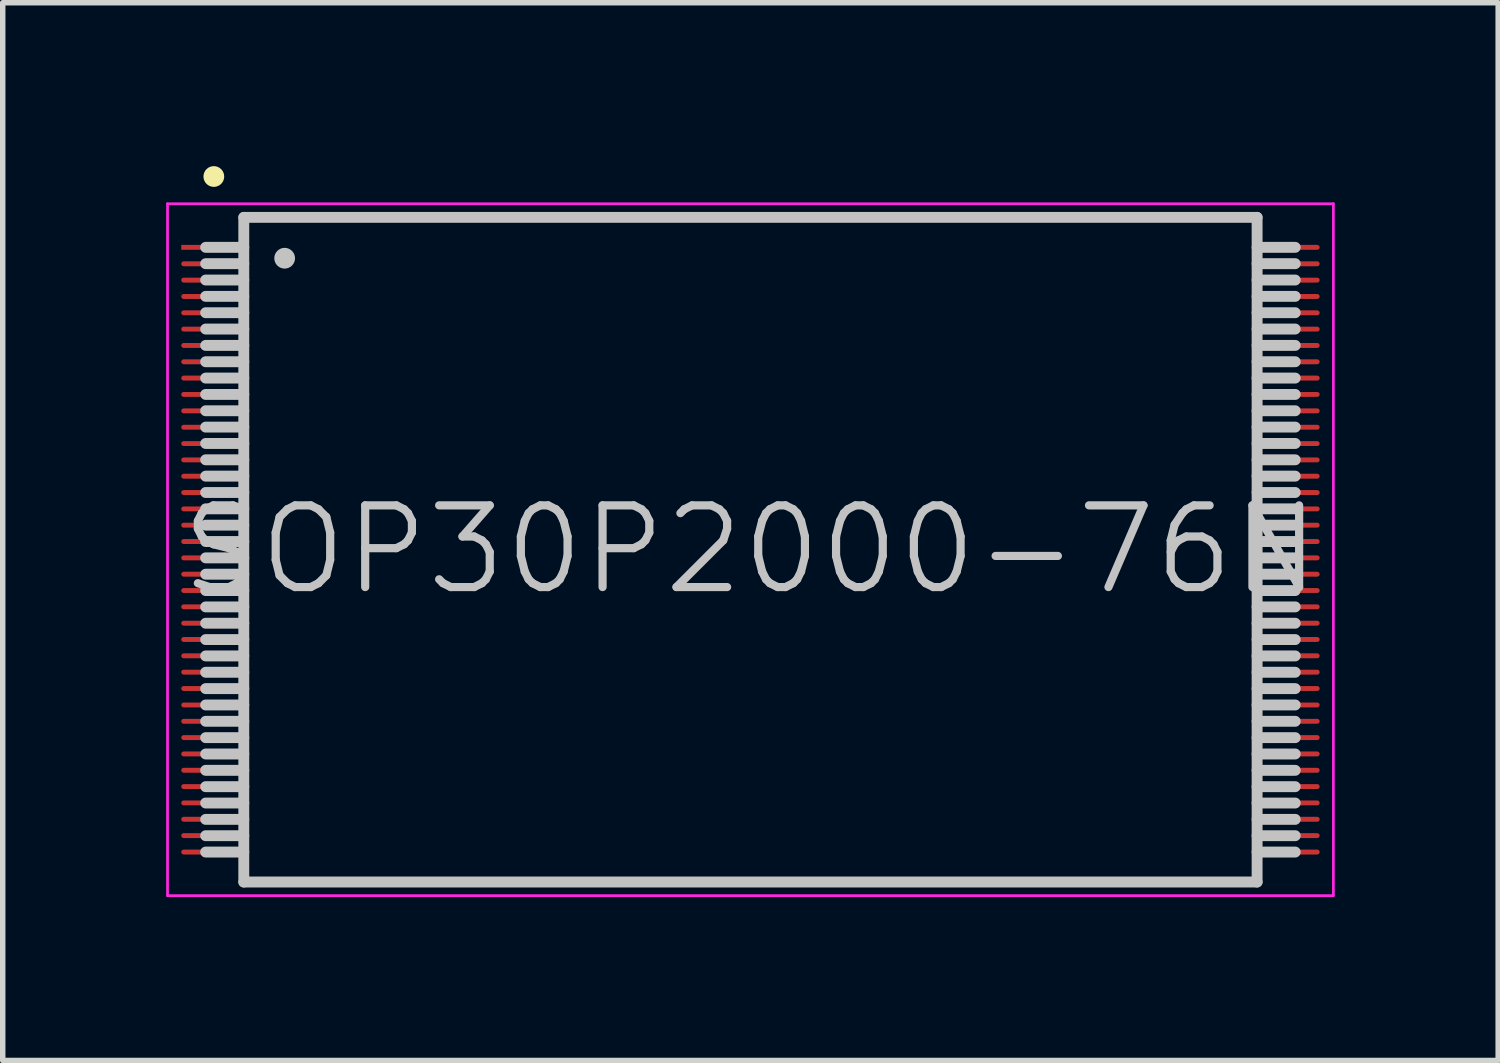
<source format=kicad_pcb>
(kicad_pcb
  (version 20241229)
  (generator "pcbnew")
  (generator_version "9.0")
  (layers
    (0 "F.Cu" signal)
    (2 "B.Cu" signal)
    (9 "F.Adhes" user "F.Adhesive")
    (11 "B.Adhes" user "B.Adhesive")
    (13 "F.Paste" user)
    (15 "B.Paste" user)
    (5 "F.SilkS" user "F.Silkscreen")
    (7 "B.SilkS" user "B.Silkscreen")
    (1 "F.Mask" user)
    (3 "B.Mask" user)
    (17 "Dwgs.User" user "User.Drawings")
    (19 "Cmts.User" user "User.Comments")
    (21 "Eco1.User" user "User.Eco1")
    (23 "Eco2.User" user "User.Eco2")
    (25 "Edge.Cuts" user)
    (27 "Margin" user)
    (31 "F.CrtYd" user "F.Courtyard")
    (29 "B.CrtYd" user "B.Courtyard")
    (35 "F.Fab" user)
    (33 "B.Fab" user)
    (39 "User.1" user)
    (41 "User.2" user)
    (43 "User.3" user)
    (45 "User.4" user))
  (footprint "SOP30P2000-76N"
    (layer "F.Cu")
    (at 10.725 7.04)
    (property "Reference" "SOP30P2000-76N" (at 0 0 0) (layer "Dwgs.User") (effects (font (size 1.5 1.5) (thickness 0.15))))
    (attr smd)
    (fp_line (start -9.85 -6.85) (end -9.85 -6.85) (stroke (width 0.381) (type solid)) (layer "F.SilkS"))
    (fp_line (start -9.3 -6.1) (end -9.3 6.1) (stroke (width 0.2) (type solid)) (layer "Dwgs.User"))
    (fp_line (start -9.3 -6.1) (end 9.3 -6.1) (stroke (width 0.2) (type solid)) (layer "Dwgs.User"))
    (fp_line (start -9.3 -5.55) (end -10 -5.55) (stroke (width 0.2) (type solid)) (layer "Dwgs.User"))
    (fp_line (start -9.3 -5.25) (end -10 -5.25) (stroke (width 0.2) (type solid)) (layer "Dwgs.User"))
    (fp_line (start -9.3 -4.95) (end -10 -4.95) (stroke (width 0.2) (type solid)) (layer "Dwgs.User"))
    (fp_line (start -9.3 -4.65) (end -10 -4.65) (stroke (width 0.2) (type solid)) (layer "Dwgs.User"))
    (fp_line (start -9.3 -4.35) (end -10 -4.35) (stroke (width 0.2) (type solid)) (layer "Dwgs.User"))
    (fp_line (start -9.3 -4.05) (end -10 -4.05) (stroke (width 0.2) (type solid)) (layer "Dwgs.User"))
    (fp_line (start -9.3 -3.75) (end -10 -3.75) (stroke (width 0.2) (type solid)) (layer "Dwgs.User"))
    (fp_line (start -9.3 -3.45) (end -10 -3.45) (stroke (width 0.2) (type solid)) (layer "Dwgs.User"))
    (fp_line (start -9.3 -3.15) (end -10 -3.15) (stroke (width 0.2) (type solid)) (layer "Dwgs.User"))
    (fp_line (start -9.3 -2.85) (end -10 -2.85) (stroke (width 0.2) (type solid)) (layer "Dwgs.User"))
    (fp_line (start -9.3 -2.55) (end -10 -2.55) (stroke (width 0.2) (type solid)) (layer "Dwgs.User"))
    (fp_line (start -9.3 -2.25) (end -10 -2.25) (stroke (width 0.2) (type solid)) (layer "Dwgs.User"))
    (fp_line (start -9.3 -1.95) (end -10 -1.95) (stroke (width 0.2) (type solid)) (layer "Dwgs.User"))
    (fp_line (start -9.3 -1.65) (end -10 -1.65) (stroke (width 0.2) (type solid)) (layer "Dwgs.User"))
    (fp_line (start -9.3 -1.35) (end -10 -1.35) (stroke (width 0.2) (type solid)) (layer "Dwgs.User"))
    (fp_line (start -9.3 -1.05) (end -10 -1.05) (stroke (width 0.2) (type solid)) (layer "Dwgs.User"))
    (fp_line (start -9.3 -0.75) (end -10 -0.75) (stroke (width 0.2) (type solid)) (layer "Dwgs.User"))
    (fp_line (start -9.3 -0.45) (end -10 -0.45) (stroke (width 0.2) (type solid)) (layer "Dwgs.User"))
    (fp_line (start -9.3 -0.15) (end -10 -0.15) (stroke (width 0.2) (type solid)) (layer "Dwgs.User"))
    (fp_line (start -9.3 0.15) (end -10 0.15) (stroke (width 0.2) (type solid)) (layer "Dwgs.User"))
    (fp_line (start -9.3 0.45) (end -10 0.45) (stroke (width 0.2) (type solid)) (layer "Dwgs.User"))
    (fp_line (start -9.3 0.75) (end -10 0.75) (stroke (width 0.2) (type solid)) (layer "Dwgs.User"))
    (fp_line (start -9.3 1.05) (end -10 1.05) (stroke (width 0.2) (type solid)) (layer "Dwgs.User"))
    (fp_line (start -9.3 1.35) (end -10 1.35) (stroke (width 0.2) (type solid)) (layer "Dwgs.User"))
    (fp_line (start -9.3 1.65) (end -10 1.65) (stroke (width 0.2) (type solid)) (layer "Dwgs.User"))
    (fp_line (start -9.3 1.95) (end -10 1.95) (stroke (width 0.2) (type solid)) (layer "Dwgs.User"))
    (fp_line (start -9.3 2.25) (end -10 2.25) (stroke (width 0.2) (type solid)) (layer "Dwgs.User"))
    (fp_line (start -9.3 2.55) (end -10 2.55) (stroke (width 0.2) (type solid)) (layer "Dwgs.User"))
    (fp_line (start -9.3 2.85) (end -10 2.85) (stroke (width 0.2) (type solid)) (layer "Dwgs.User"))
    (fp_line (start -9.3 3.15) (end -10 3.15) (stroke (width 0.2) (type solid)) (layer "Dwgs.User"))
    (fp_line (start -9.3 3.45) (end -10 3.45) (stroke (width 0.2) (type solid)) (layer "Dwgs.User"))
    (fp_line (start -9.3 3.75) (end -10 3.75) (stroke (width 0.2) (type solid)) (layer "Dwgs.User"))
    (fp_line (start -9.3 4.05) (end -10 4.05) (stroke (width 0.2) (type solid)) (layer "Dwgs.User"))
    (fp_line (start -9.3 4.35) (end -10 4.35) (stroke (width 0.2) (type solid)) (layer "Dwgs.User"))
    (fp_line (start -9.3 4.65) (end -10 4.65) (stroke (width 0.2) (type solid)) (layer "Dwgs.User"))
    (fp_line (start -9.3 4.95) (end -10 4.95) (stroke (width 0.2) (type solid)) (layer "Dwgs.User"))
    (fp_line (start -9.3 5.25) (end -10 5.25) (stroke (width 0.2) (type solid)) (layer "Dwgs.User"))
    (fp_line (start -9.3 5.55) (end -10 5.55) (stroke (width 0.2) (type solid)) (layer "Dwgs.User"))
    (fp_line (start -9.3 6.1) (end 9.3 6.1) (stroke (width 0.2) (type solid)) (layer "Dwgs.User"))
    (fp_line (start -8.55 -5.35) (end -8.55 -5.35) (stroke (width 0.381) (type solid)) (layer "Dwgs.User"))
    (fp_line (start 9.3 -6.1) (end 9.3 6.1) (stroke (width 0.2) (type solid)) (layer "Dwgs.User"))
    (fp_line (start 10 -5.55) (end 9.3 -5.55) (stroke (width 0.2) (type solid)) (layer "Dwgs.User"))
    (fp_line (start 10 -5.25) (end 9.3 -5.25) (stroke (width 0.2) (type solid)) (layer "Dwgs.User"))
    (fp_line (start 10 -4.95) (end 9.3 -4.95) (stroke (width 0.2) (type solid)) (layer "Dwgs.User"))
    (fp_line (start 10 -4.65) (end 9.3 -4.65) (stroke (width 0.2) (type solid)) (layer "Dwgs.User"))
    (fp_line (start 10 -4.35) (end 9.3 -4.35) (stroke (width 0.2) (type solid)) (layer "Dwgs.User"))
    (fp_line (start 10 -4.05) (end 9.3 -4.05) (stroke (width 0.2) (type solid)) (layer "Dwgs.User"))
    (fp_line (start 10 -3.75) (end 9.3 -3.75) (stroke (width 0.2) (type solid)) (layer "Dwgs.User"))
    (fp_line (start 10 -3.45) (end 9.3 -3.45) (stroke (width 0.2) (type solid)) (layer "Dwgs.User"))
    (fp_line (start 10 -3.15) (end 9.3 -3.15) (stroke (width 0.2) (type solid)) (layer "Dwgs.User"))
    (fp_line (start 10 -2.85) (end 9.3 -2.85) (stroke (width 0.2) (type solid)) (layer "Dwgs.User"))
    (fp_line (start 10 -2.55) (end 9.3 -2.55) (stroke (width 0.2) (type solid)) (layer "Dwgs.User"))
    (fp_line (start 10 -2.25) (end 9.3 -2.25) (stroke (width 0.2) (type solid)) (layer "Dwgs.User"))
    (fp_line (start 10 -1.95) (end 9.3 -1.95) (stroke (width 0.2) (type solid)) (layer "Dwgs.User"))
    (fp_line (start 10 -1.65) (end 9.3 -1.65) (stroke (width 0.2) (type solid)) (layer "Dwgs.User"))
    (fp_line (start 10 -1.35) (end 9.3 -1.35) (stroke (width 0.2) (type solid)) (layer "Dwgs.User"))
    (fp_line (start 10 -1.05) (end 9.3 -1.05) (stroke (width 0.2) (type solid)) (layer "Dwgs.User"))
    (fp_line (start 10 -0.75) (end 9.3 -0.75) (stroke (width 0.2) (type solid)) (layer "Dwgs.User"))
    (fp_line (start 10 -0.45) (end 9.3 -0.45) (stroke (width 0.2) (type solid)) (layer "Dwgs.User"))
    (fp_line (start 10 -0.15) (end 9.3 -0.15) (stroke (width 0.2) (type solid)) (layer "Dwgs.User"))
    (fp_line (start 10 0.15) (end 9.3 0.15) (stroke (width 0.2) (type solid)) (layer "Dwgs.User"))
    (fp_line (start 10 0.45) (end 9.3 0.45) (stroke (width 0.2) (type solid)) (layer "Dwgs.User"))
    (fp_line (start 10 0.75) (end 9.3 0.75) (stroke (width 0.2) (type solid)) (layer "Dwgs.User"))
    (fp_line (start 10 1.05) (end 9.3 1.05) (stroke (width 0.2) (type solid)) (layer "Dwgs.User"))
    (fp_line (start 10 1.35) (end 9.3 1.35) (stroke (width 0.2) (type solid)) (layer "Dwgs.User"))
    (fp_line (start 10 1.65) (end 9.3 1.65) (stroke (width 0.2) (type solid)) (layer "Dwgs.User"))
    (fp_line (start 10 1.95) (end 9.3 1.95) (stroke (width 0.2) (type solid)) (layer "Dwgs.User"))
    (fp_line (start 10 2.25) (end 9.3 2.25) (stroke (width 0.2) (type solid)) (layer "Dwgs.User"))
    (fp_line (start 10 2.55) (end 9.3 2.55) (stroke (width 0.2) (type solid)) (layer "Dwgs.User"))
    (fp_line (start 10 2.85) (end 9.3 2.85) (stroke (width 0.2) (type solid)) (layer "Dwgs.User"))
    (fp_line (start 10 3.15) (end 9.3 3.15) (stroke (width 0.2) (type solid)) (layer "Dwgs.User"))
    (fp_line (start 10 3.45) (end 9.3 3.45) (stroke (width 0.2) (type solid)) (layer "Dwgs.User"))
    (fp_line (start 10 3.75) (end 9.3 3.75) (stroke (width 0.2) (type solid)) (layer "Dwgs.User"))
    (fp_line (start 10 4.05) (end 9.3 4.05) (stroke (width 0.2) (type solid)) (layer "Dwgs.User"))
    (fp_line (start 10 4.35) (end 9.3 4.35) (stroke (width 0.2) (type solid)) (layer "Dwgs.User"))
    (fp_line (start 10 4.65) (end 9.3 4.65) (stroke (width 0.2) (type solid)) (layer "Dwgs.User"))
    (fp_line (start 10 4.95) (end 9.3 4.95) (stroke (width 0.2) (type solid)) (layer "Dwgs.User"))
    (fp_line (start 10 5.25) (end 9.3 5.25) (stroke (width 0.2) (type solid)) (layer "Dwgs.User"))
    (fp_line (start 10 5.55) (end 9.3 5.55) (stroke (width 0.2) (type solid)) (layer "Dwgs.User"))
    (fp_line (start -10.7 -6.35) (end -10.7 6.35) (stroke (width 0.05) (type solid)) (layer "F.CrtYd"))
    (fp_line (start -10.7 -6.35) (end 10.7 -6.35) (stroke (width 0.05) (type solid)) (layer "F.CrtYd"))
    (fp_line (start -10.7 6.35) (end 10.7 6.35) (stroke (width 0.05) (type solid)) (layer "F.CrtYd"))
    (fp_line (start 10.7 -6.35) (end 10.7 6.35) (stroke (width 0.05) (type solid)) (layer "F.CrtYd"))
    (pad "1" smd rect (at -9.848 -5.55 90) (size 0.09 1.2) (layers "F.Cu" "F.Mask" "F.Paste"))
    (pad "2" smd oval (at -9.848 -5.248 90) (size 0.09 1.2) (layers "F.Cu" "F.Mask" "F.Paste"))
    (pad "3" smd oval (at -9.848 -4.948 90) (size 0.09 1.2) (layers "F.Cu" "F.Mask" "F.Paste"))
    (pad "4" smd oval (at -9.848 -4.648 90) (size 0.09 1.2) (layers "F.Cu" "F.Mask" "F.Paste"))
    (pad "5" smd oval (at -9.848 -4.348 90) (size 0.09 1.2) (layers "F.Cu" "F.Mask" "F.Paste"))
    (pad "6" smd oval (at -9.848 -4.049 90) (size 0.09 1.2) (layers "F.Cu" "F.Mask" "F.Paste"))
    (pad "7" smd oval (at -9.848 -3.749 90) (size 0.09 1.2) (layers "F.Cu" "F.Mask" "F.Paste"))
    (pad "8" smd oval (at -9.848 -3.449 90) (size 0.09 1.2) (layers "F.Cu" "F.Mask" "F.Paste"))
    (pad "9" smd oval (at -9.848 -3.15 90) (size 0.09 1.2) (layers "F.Cu" "F.Mask" "F.Paste"))
    (pad "10" smd oval (at -9.848 -2.85 90) (size 0.09 1.2) (layers "F.Cu" "F.Mask" "F.Paste"))
    (pad "11" smd oval (at -9.848 -2.548 90) (size 0.09 1.2) (layers "F.Cu" "F.Mask" "F.Paste"))
    (pad "12" smd oval (at -9.848 -2.248 90) (size 0.09 1.2) (layers "F.Cu" "F.Mask" "F.Paste"))
    (pad "13" smd oval (at -9.848 -1.948 90) (size 0.09 1.2) (layers "F.Cu" "F.Mask" "F.Paste"))
    (pad "14" smd oval (at -9.848 -1.648 90) (size 0.09 1.2) (layers "F.Cu" "F.Mask" "F.Paste"))
    (pad "15" smd oval (at -9.848 -1.349 90) (size 0.09 1.2) (layers "F.Cu" "F.Mask" "F.Paste"))
    (pad "16" smd oval (at -9.848 -1.049 90) (size 0.09 1.2) (layers "F.Cu" "F.Mask" "F.Paste"))
    (pad "17" smd oval (at -9.848 -0.749 90) (size 0.09 1.2) (layers "F.Cu" "F.Mask" "F.Paste"))
    (pad "18" smd oval (at -9.848 -0.45 90) (size 0.09 1.2) (layers "F.Cu" "F.Mask" "F.Paste"))
    (pad "19" smd oval (at -9.848 -0.15 90) (size 0.09 1.2) (layers "F.Cu" "F.Mask" "F.Paste"))
    (pad "20" smd oval (at -9.848 0.15 90) (size 0.09 1.2) (layers "F.Cu" "F.Mask" "F.Paste"))
    (pad "21" smd oval (at -9.848 0.45 90) (size 0.09 1.2) (layers "F.Cu" "F.Mask" "F.Paste"))
    (pad "22" smd oval (at -9.848 0.749 90) (size 0.09 1.2) (layers "F.Cu" "F.Mask" "F.Paste"))
    (pad "23" smd oval (at -9.848 1.049 90) (size 0.09 1.2) (layers "F.Cu" "F.Mask" "F.Paste"))
    (pad "24" smd oval (at -9.848 1.349 90) (size 0.09 1.2) (layers "F.Cu" "F.Mask" "F.Paste"))
    (pad "25" smd oval (at -9.848 1.648 90) (size 0.09 1.2) (layers "F.Cu" "F.Mask" "F.Paste"))
    (pad "26" smd oval (at -9.848 1.948 90) (size 0.09 1.2) (layers "F.Cu" "F.Mask" "F.Paste"))
    (pad "27" smd oval (at -9.848 2.248 90) (size 0.09 1.2) (layers "F.Cu" "F.Mask" "F.Paste"))
    (pad "28" smd oval (at -9.848 2.548 90) (size 0.09 1.2) (layers "F.Cu" "F.Mask" "F.Paste"))
    (pad "29" smd oval (at -9.848 2.85 90) (size 0.09 1.2) (layers "F.Cu" "F.Mask" "F.Paste"))
    (pad "30" smd oval (at -9.848 3.15 90) (size 0.09 1.2) (layers "F.Cu" "F.Mask" "F.Paste"))
    (pad "31" smd oval (at -9.848 3.449 90) (size 0.09 1.2) (layers "F.Cu" "F.Mask" "F.Paste"))
    (pad "32" smd oval (at -9.848 3.749 90) (size 0.09 1.2) (layers "F.Cu" "F.Mask" "F.Paste"))
    (pad "33" smd oval (at -9.848 4.049 90) (size 0.09 1.2) (layers "F.Cu" "F.Mask" "F.Paste"))
    (pad "34" smd oval (at -9.848 4.348 90) (size 0.09 1.2) (layers "F.Cu" "F.Mask" "F.Paste"))
    (pad "35" smd oval (at -9.848 4.648 90) (size 0.09 1.2) (layers "F.Cu" "F.Mask" "F.Paste"))
    (pad "36" smd oval (at -9.848 4.948 90) (size 0.09 1.2) (layers "F.Cu" "F.Mask" "F.Paste"))
    (pad "37" smd oval (at -9.848 5.248 90) (size 0.09 1.2) (layers "F.Cu" "F.Mask" "F.Paste"))
    (pad "38" smd oval (at -9.848 5.55 90) (size 0.09 1.2) (layers "F.Cu" "F.Mask" "F.Paste"))
    (pad "39" smd oval (at 9.848 5.55 270) (size 0.09 1.2) (layers "F.Cu" "F.Mask" "F.Paste"))
    (pad "40" smd oval (at 9.848 5.248 270) (size 0.09 1.2) (layers "F.Cu" "F.Mask" "F.Paste"))
    (pad "41" smd oval (at 9.848 4.948 270) (size 0.09 1.2) (layers "F.Cu" "F.Mask" "F.Paste"))
    (pad "42" smd oval (at 9.848 4.648 270) (size 0.09 1.2) (layers "F.Cu" "F.Mask" "F.Paste"))
    (pad "43" smd oval (at 9.848 4.348 270) (size 0.09 1.2) (layers "F.Cu" "F.Mask" "F.Paste"))
    (pad "44" smd oval (at 9.848 4.049 270) (size 0.09 1.2) (layers "F.Cu" "F.Mask" "F.Paste"))
    (pad "45" smd oval (at 9.848 3.749 270) (size 0.09 1.2) (layers "F.Cu" "F.Mask" "F.Paste"))
    (pad "46" smd oval (at 9.848 3.449 270) (size 0.09 1.2) (layers "F.Cu" "F.Mask" "F.Paste"))
    (pad "47" smd oval (at 9.848 3.15 270) (size 0.09 1.2) (layers "F.Cu" "F.Mask" "F.Paste"))
    (pad "48" smd oval (at 9.848 2.85 270) (size 0.09 1.2) (layers "F.Cu" "F.Mask" "F.Paste"))
    (pad "49" smd oval (at 9.848 2.548 270) (size 0.09 1.2) (layers "F.Cu" "F.Mask" "F.Paste"))
    (pad "50" smd oval (at 9.848 2.248 270) (size 0.09 1.2) (layers "F.Cu" "F.Mask" "F.Paste"))
    (pad "51" smd oval (at 9.848 1.948 270) (size 0.09 1.2) (layers "F.Cu" "F.Mask" "F.Paste"))
    (pad "52" smd oval (at 9.848 1.648 270) (size 0.09 1.2) (layers "F.Cu" "F.Mask" "F.Paste"))
    (pad "53" smd oval (at 9.848 1.349 270) (size 0.09 1.2) (layers "F.Cu" "F.Mask" "F.Paste"))
    (pad "54" smd oval (at 9.848 1.049 270) (size 0.09 1.2) (layers "F.Cu" "F.Mask" "F.Paste"))
    (pad "55" smd oval (at 9.848 0.749 270) (size 0.09 1.2) (layers "F.Cu" "F.Mask" "F.Paste"))
    (pad "56" smd oval (at 9.848 0.45 270) (size 0.09 1.2) (layers "F.Cu" "F.Mask" "F.Paste"))
    (pad "57" smd oval (at 9.848 0.15 270) (size 0.09 1.2) (layers "F.Cu" "F.Mask" "F.Paste"))
    (pad "58" smd oval (at 9.848 -0.15 270) (size 0.09 1.2) (layers "F.Cu" "F.Mask" "F.Paste"))
    (pad "59" smd oval (at 9.848 -0.45 270) (size 0.09 1.2) (layers "F.Cu" "F.Mask" "F.Paste"))
    (pad "60" smd oval (at 9.848 -0.749 270) (size 0.09 1.2) (layers "F.Cu" "F.Mask" "F.Paste"))
    (pad "61" smd oval (at 9.848 -1.049 270) (size 0.09 1.2) (layers "F.Cu" "F.Mask" "F.Paste"))
    (pad "62" smd oval (at 9.848 -1.349 270) (size 0.09 1.2) (layers "F.Cu" "F.Mask" "F.Paste"))
    (pad "63" smd oval (at 9.848 -1.648 270) (size 0.09 1.2) (layers "F.Cu" "F.Mask" "F.Paste"))
    (pad "64" smd oval (at 9.848 -1.948 270) (size 0.09 1.2) (layers "F.Cu" "F.Mask" "F.Paste"))
    (pad "65" smd oval (at 9.848 -2.248 270) (size 0.09 1.2) (layers "F.Cu" "F.Mask" "F.Paste"))
    (pad "66" smd oval (at 9.848 -2.548 270) (size 0.09 1.2) (layers "F.Cu" "F.Mask" "F.Paste"))
    (pad "67" smd oval (at 9.848 -2.85 270) (size 0.09 1.2) (layers "F.Cu" "F.Mask" "F.Paste"))
    (pad "68" smd oval (at 9.848 -3.15 270) (size 0.09 1.2) (layers "F.Cu" "F.Mask" "F.Paste"))
    (pad "69" smd oval (at 9.848 -3.449 270) (size 0.09 1.2) (layers "F.Cu" "F.Mask" "F.Paste"))
    (pad "70" smd oval (at 9.848 -3.749 270) (size 0.09 1.2) (layers "F.Cu" "F.Mask" "F.Paste"))
    (pad "71" smd oval (at 9.848 -4.049 270) (size 0.09 1.2) (layers "F.Cu" "F.Mask" "F.Paste"))
    (pad "72" smd oval (at 9.848 -4.348 270) (size 0.09 1.2) (layers "F.Cu" "F.Mask" "F.Paste"))
    (pad "73" smd oval (at 9.848 -4.648 270) (size 0.09 1.2) (layers "F.Cu" "F.Mask" "F.Paste"))
    (pad "74" smd oval (at 9.848 -4.948 270) (size 0.09 1.2) (layers "F.Cu" "F.Mask" "F.Paste"))
    (pad "75" smd oval (at 9.848 -5.248 270) (size 0.09 1.2) (layers "F.Cu" "F.Mask" "F.Paste"))
    (pad "76" smd oval (at 9.848 -5.55 270) (size 0.09 1.2) (layers "F.Cu" "F.Mask" "F.Paste")))
  (gr_rect
    (start -3 -3)
    (end 24.45 16.416)
    (stroke (width 0.1) (type default))
    (fill no)
    (layer "Edge.Cuts")))
</source>
